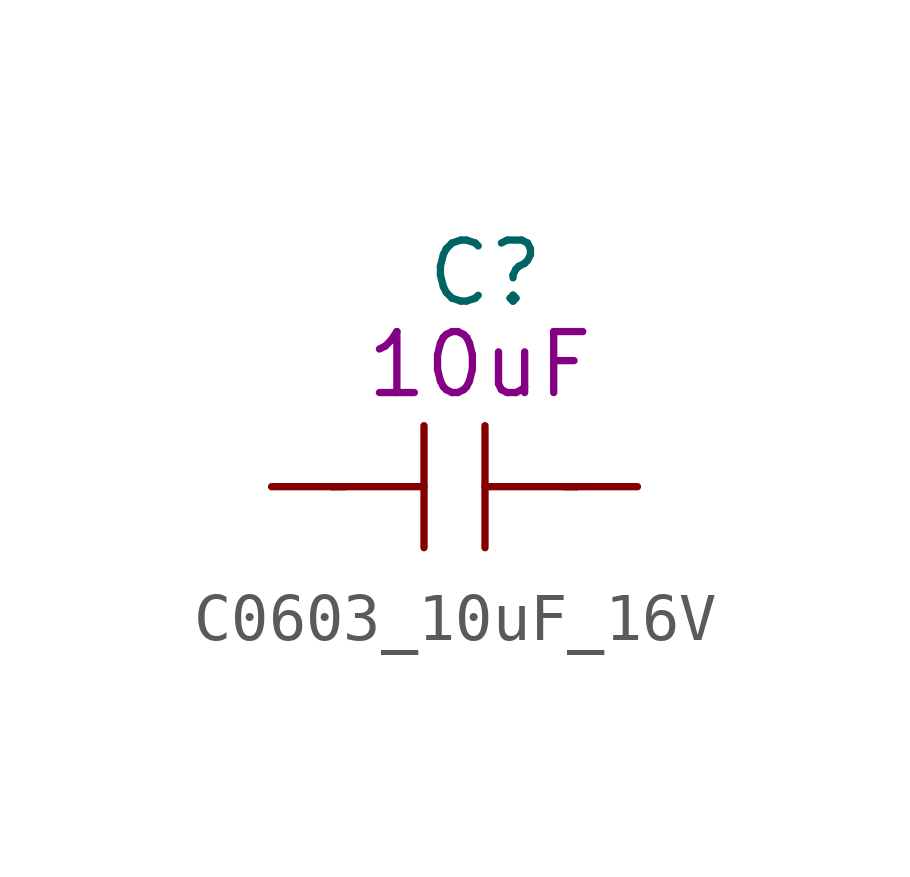
<source format=kicad_sym>
(kicad_symbol_lib
  (version 20211014)
  (generator kicad_symbol_editor)
  (symbol "C0603_10uF_16V"
    (pin_numbers hide)
    (pin_names
      (offset 1.016))
    (property "Reference" "C"
      (at -0.635 4.445 0)
      (effects (font (size 1.27 1.27)) (justify left)))
    (property "Symbol" "10uF"
      (at -1.905 2.54 0)
      (effects (font (size 1.27 1.27)) (justify left)))
    (symbol "C0603_10uF_16V_1_1"
      (polyline (pts (xy -2.54 0) (xy -0.635 0)) (stroke (width 0) (type default) (color 0 0 0 0)) (fill (type none)))
      (polyline (pts (xy -2.286 0) (xy -2.54 0)) (stroke (width 0) (type default) (color 0 0 0 0)) (fill (type none)))
      (polyline (pts (xy -0.635 1.27) (xy -0.635 -1.27)) (stroke (width 0) (type default) (color 0 0 0 0)) (fill (type none)))
      (polyline (pts (xy 0.635 0) (xy 2.54 0)) (stroke (width 0) (type default) (color 0 0 0 0)) (fill (type none)))
      (polyline (pts (xy 0.635 1.27) (xy 0.635 -1.27)) (stroke (width 0) (type default) (color 0 0 0 0)) (fill (type none)))
      (polyline (pts (xy 2.286 0) (xy 2.54 0)) (stroke (width 0) (type default) (color 0 0 0 0)) (fill (type none)))
      (pin passive line (at -3.81 0 0) (length 1.27) (name "~" (effects (font (size 1.27 1.27)))) (number "1" (effects (font (size 1.27 1.27)))))
      (pin passive line (at 3.81 0 180) (length 1.27) (name "~" (effects (font (size 1.27 1.27)))) (number "2" (effects (font (size 1.27 1.27))))))))
</source>
